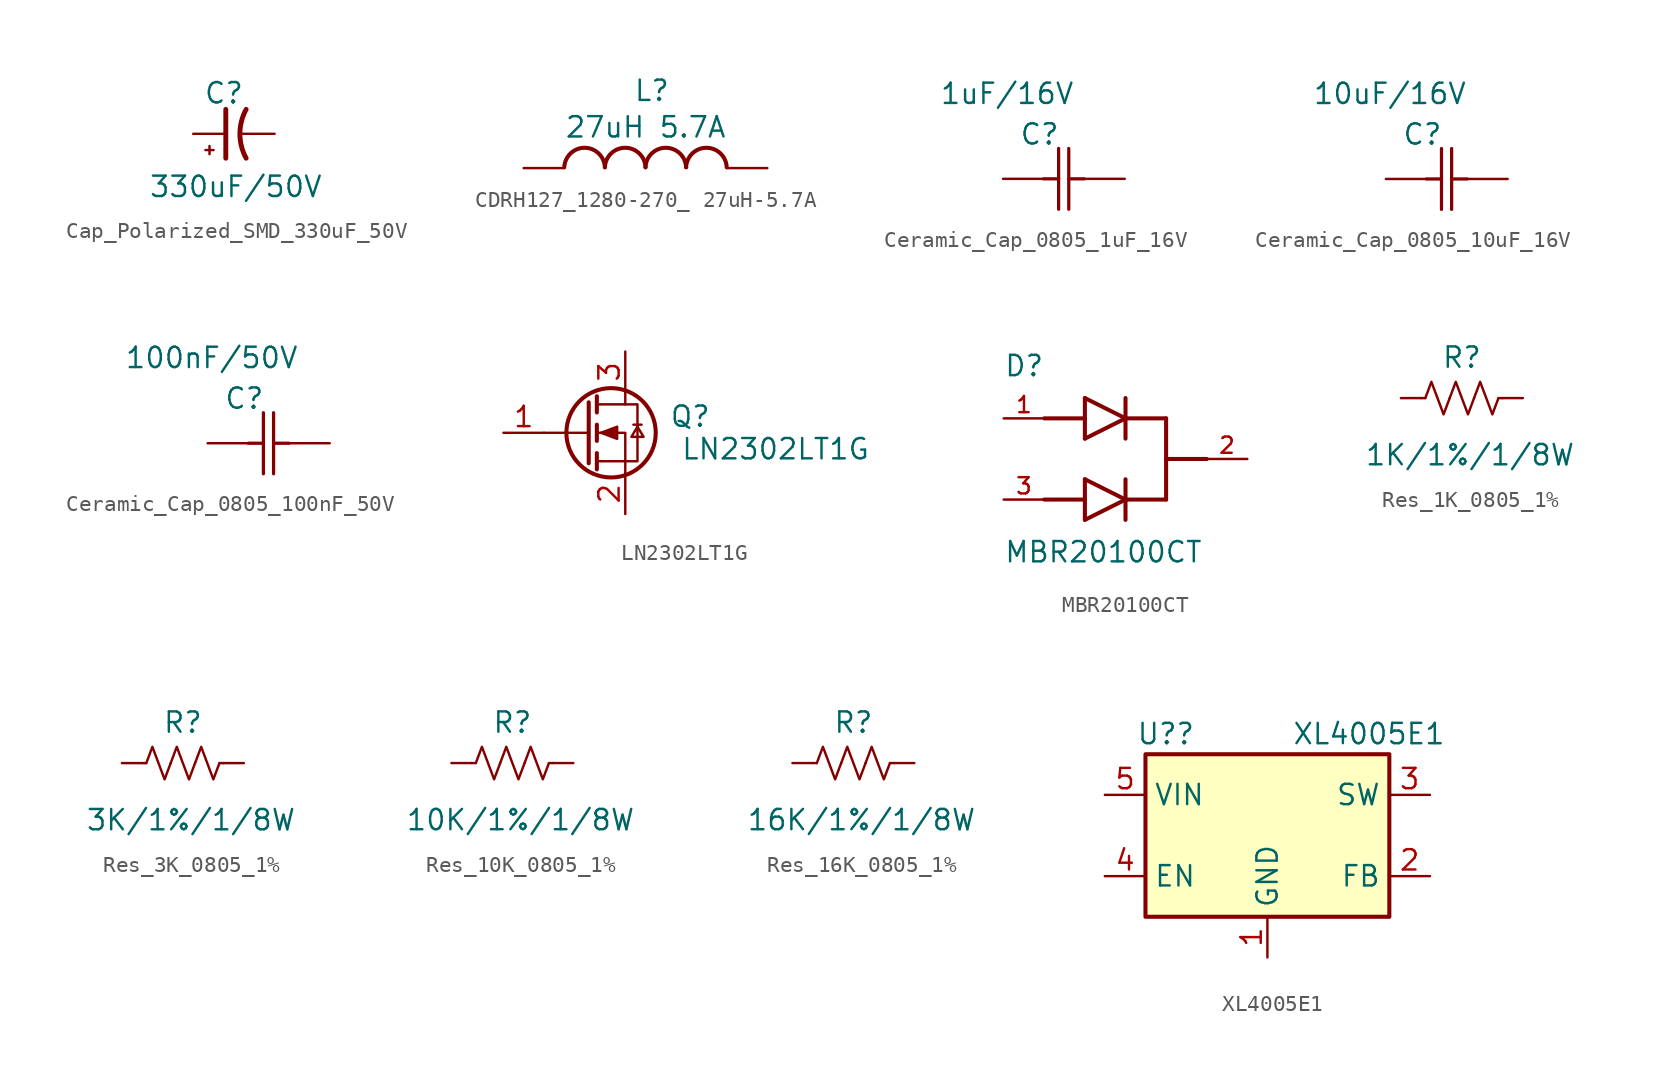
<source format=kicad_sym>
(kicad_symbol_lib
  (version 20241209)
  (generator "kicad_symbol_editor")
  (generator_version "9.0")
  (symbol "Cap_Polarized_SMD_330uF_50V"
    (pin_numbers
      (hide yes))
    (pin_names
      (offset 0.254))
    (property "Reference" "C"
      (at -1.905 2.54 0)
      (effects (font (size 1.27 1.27)) (justify left)))
    (property "Value" "330uF/50V"
      (at -5.334 -3.302 0)
      (effects (font (size 1.27 1.27)) (justify left)))
    (symbol "Cap_Polarized_SMD_330uF_50V_0_1"
      (polyline (pts (xy -1.524 -1.27) (xy -1.524 -0.762)) (stroke (width 0) (type default)) (fill (type none)))
      (polyline (pts (xy -1.27 -1.016) (xy -1.778 -1.016)) (stroke (width 0) (type default)) (fill (type none)))
      (polyline (pts (xy -0.508 -1.524) (xy -0.508 1.524)) (stroke (width 0.305) (type default)) (fill (type none)))
      (arc (start 0.762 -1.524) (mid 0.3734 0) (end 0.762 1.524) (stroke (width 0.3048) (type default)) (fill (type none))))
    (symbol "Cap_Polarized_SMD_330uF_50V_1_1"
      (pin passive line (at -2.54 0 0) (length 2.032) (name "~" (effects (font (size 1.27 1.27)))) (number "1" (effects (font (size 1.27 1.27)))))
      (pin passive line (at 2.54 0 180) (length 2.032) (name "~" (effects (font (size 1.27 1.27)))) (number "2" (effects (font (size 1.27 1.27)))))))
  (symbol "CDRH127_1280-270_ 27uH-5.7A"
    (pin_numbers
      (hide yes))
    (pin_names
      (hide yes))
    (property "Reference" "L"
      (at -0.762 5.588 0)
      (effects (font (size 1.27 1.27)) (justify left top)))
    (property "Value" "27uH 5.7A"
      (at -5.08 3.302 0)
      (effects (font (size 1.27 1.27)) (justify left top)))
    (symbol "CDRH127_1280-270_ 27uH-5.7A_1_1"
      (arc (start -5.08 0.0521) (mid -3.81 1.2711) (end -2.54 0.0521) (stroke (width 0.254) (type default)) (fill (type none)))
      (arc (start -2.54 0.0521) (mid -1.27 1.2711) (end 0 0.0521) (stroke (width 0.254) (type default)) (fill (type none)))
      (arc (start 0 0.0521) (mid 1.27 1.2711) (end 2.54 0.0521) (stroke (width 0.254) (type default)) (fill (type none)))
      (arc (start 2.54 0.0521) (mid 3.81 1.2711) (end 5.08 0.0521) (stroke (width 0.254) (type default)) (fill (type none)))
      (pin passive line (at -7.62 0 0) (length 2.54) (name "1" (effects (font (size 1.27 1.27)))) (number "1" (effects (font (size 1.27 1.27)))))
      (pin passive line (at 7.62 0 180) (length 2.54) (name "2" (effects (font (size 1.27 1.27)))) (number "2" (effects (font (size 1.27 1.27)))))))
  (symbol "Ceramic_Cap_0805_1uF_16V"
    (pin_numbers
      (hide yes))
    (pin_names
      (hide yes))
    (property "Reference" "C"
      (at -1.524 2.794 0)
      (effects (font (size 1.27 1.27))))
    (property "Value" "1uF/16V"
      (at -3.556 5.334 0)
      (effects (font (size 1.27 1.27))))
    (symbol "Ceramic_Cap_0805_1uF_16V_1_1"
      (polyline (pts (xy -1.27 0) (xy -0.33 0)) (stroke (width 0.203) (type default)) (fill (type none)))
      (polyline (pts (xy -0.33 -1.905) (xy -0.33 1.905)) (stroke (width 0.203) (type default)) (fill (type none)))
      (polyline (pts (xy 0.305 0) (xy 1.27 0)) (stroke (width 0.203) (type default)) (fill (type none)))
      (polyline (pts (xy 0.305 -1.905) (xy 0.305 1.905)) (stroke (width 0.203) (type default)) (fill (type none)))
      (pin unspecified line (at -3.81 0 0) (length 2.54) (name "" (effects (font (size 1.27 1.27)))) (number "1" (effects (font (size 1.27 1.27)))))
      (pin unspecified line (at 3.81 0 180) (length 2.54) (name "" (effects (font (size 1.27 1.27)))) (number "2" (effects (font (size 1.27 1.27)))))))
  (symbol "Ceramic_Cap_0805_10uF_16V"
    (pin_numbers
      (hide yes))
    (pin_names
      (hide yes))
    (property "Reference" "C"
      (at -1.524 2.794 0)
      (effects (font (size 1.27 1.27))))
    (property "Value" "10uF/16V"
      (at -3.556 5.334 0)
      (effects (font (size 1.27 1.27))))
    (symbol "Ceramic_Cap_0805_10uF_16V_1_1"
      (polyline (pts (xy -1.27 0) (xy -0.33 0)) (stroke (width 0.203) (type default)) (fill (type none)))
      (polyline (pts (xy -0.33 -1.905) (xy -0.33 1.905)) (stroke (width 0.203) (type default)) (fill (type none)))
      (polyline (pts (xy 0.305 0) (xy 1.27 0)) (stroke (width 0.203) (type default)) (fill (type none)))
      (polyline (pts (xy 0.305 -1.905) (xy 0.305 1.905)) (stroke (width 0.203) (type default)) (fill (type none)))
      (pin unspecified line (at -3.81 0 0) (length 2.54) (name "" (effects (font (size 1.27 1.27)))) (number "1" (effects (font (size 1.27 1.27)))))
      (pin unspecified line (at 3.81 0 180) (length 2.54) (name "" (effects (font (size 1.27 1.27)))) (number "2" (effects (font (size 1.27 1.27)))))))
  (symbol "Ceramic_Cap_0805_100nF_50V"
    (pin_numbers
      (hide yes))
    (pin_names
      (hide yes))
    (property "Reference" "C"
      (at -1.524 2.794 0)
      (effects (font (size 1.27 1.27))))
    (property "Value" "100nF/50V"
      (at -3.556 5.334 0)
      (effects (font (size 1.27 1.27))))
    (symbol "Ceramic_Cap_0805_100nF_50V_1_1"
      (polyline (pts (xy -1.27 0) (xy -0.33 0)) (stroke (width 0.203) (type default)) (fill (type none)))
      (polyline (pts (xy -0.33 -1.905) (xy -0.33 1.905)) (stroke (width 0.203) (type default)) (fill (type none)))
      (polyline (pts (xy 0.305 0) (xy 1.27 0)) (stroke (width 0.203) (type default)) (fill (type none)))
      (polyline (pts (xy 0.305 -1.905) (xy 0.305 1.905)) (stroke (width 0.203) (type default)) (fill (type none)))
      (pin unspecified line (at -3.81 0 0) (length 2.54) (name "" (effects (font (size 1.27 1.27)))) (number "1" (effects (font (size 1.27 1.27)))))
      (pin unspecified line (at 3.81 0 180) (length 2.54) (name "" (effects (font (size 1.27 1.27)))) (number "2" (effects (font (size 1.27 1.27)))))))
  (symbol "LN2302LT1G"
    (pin_names
      (hide yes))
    (property "Reference" "Q"
      (at 4.064 1.016 0)
      (effects (font (size 1.27 1.27))))
    (property "Value" "LN2302LT1G"
      (at 9.398 -1.016 0)
      (effects (font (size 1.27 1.27))))
    (symbol "LN2302LT1G_0_1"
      (polyline (pts (xy -2.286 1.905) (xy -2.286 -1.905)) (stroke (width 0.254) (type default)) (fill (type none)))
      (polyline (pts (xy -2.286 0) (xy -5.08 0)) (stroke (width 0) (type default)) (fill (type none)))
      (polyline (pts (xy -1.778 2.286) (xy -1.778 1.27)) (stroke (width 0.254) (type default)) (fill (type none)))
      (polyline (pts (xy -1.778 0.508) (xy -1.778 -0.508)) (stroke (width 0.254) (type default)) (fill (type none)))
      (polyline (pts (xy -1.778 -1.27) (xy -1.778 -2.286)) (stroke (width 0.254) (type default)) (fill (type none)))
      (polyline (pts (xy -1.778 -1.778) (xy 0.762 -1.778) (xy 0.762 1.778) (xy -1.778 1.778)) (stroke (width 0) (type default)) (fill (type none)))
      (polyline (pts (xy -1.524 0) (xy -0.508 0.381) (xy -0.508 -0.381) (xy -1.524 0)) (stroke (width 0) (type default)) (fill (type outline)))
      (circle (center -0.889 0) (radius 2.794) (stroke (width 0.254) (type default)) (fill (type none)))
      (polyline (pts (xy 0 2.54) (xy 0 1.778)) (stroke (width 0) (type default)) (fill (type none)))
      (polyline (pts (xy 0 -2.54) (xy 0 0) (xy -1.778 0)) (stroke (width 0) (type default)) (fill (type none)))
      (polyline (pts (xy 0.762 0.381) (xy 0.381 -0.254) (xy 1.143 -0.254) (xy 0.762 0.381)) (stroke (width 0) (type default)) (fill (type none)))
      (polyline (pts (xy 1.016 0.508) (xy 0.508 0.508)) (stroke (width 0) (type default)) (fill (type none))))
    (symbol "LN2302LT1G_1_1"
      (pin input line (at -7.62 0 0) (length 2.54) (name "G" (effects (font (size 1.27 1.27)))) (number "1" (effects (font (size 1.27 1.27)))))
      (pin passive line (at 0 5.08 270) (length 2.54) (name "D" (effects (font (size 1.27 1.27)))) (number "3" (effects (font (size 1.27 1.27)))))
      (pin passive line (at 0 -5.08 90) (length 2.54) (name "S" (effects (font (size 1.27 1.27)))) (number "2" (effects (font (size 1.27 1.27)))))))
  (symbol "MBR20100CT"
    (pin_names
      (offset 1.016))
    (property "Reference" "D"
      (at -7.62 5.08 0)
      (effects (font (size 1.27 1.27)) (justify left bottom)))
    (property "Value" "MBR20100CT"
      (at -7.62 -5.08 0)
      (effects (font (size 1.27 1.27)) (justify left top)))
    (symbol "MBR20100CT_0_0"
      (polyline (pts (xy -5.08 2.54) (xy -2.54 2.54)) (stroke (width 0.254) (type default)) (fill (type none)))
      (polyline (pts (xy -5.08 -2.54) (xy -2.54 -2.54)) (stroke (width 0.254) (type default)) (fill (type none)))
      (polyline (pts (xy -2.54 3.81) (xy -2.54 2.54)) (stroke (width 0.254) (type default)) (fill (type none)))
      (polyline (pts (xy -2.54 2.54) (xy -2.54 1.27)) (stroke (width 0.254) (type default)) (fill (type none)))
      (polyline (pts (xy -2.54 1.27) (xy 0 2.54)) (stroke (width 0.254) (type default)) (fill (type none)))
      (polyline (pts (xy -2.54 -1.27) (xy -2.54 -2.54)) (stroke (width 0.254) (type default)) (fill (type none)))
      (polyline (pts (xy -2.54 -2.54) (xy -2.54 -3.81)) (stroke (width 0.254) (type default)) (fill (type none)))
      (polyline (pts (xy -2.54 -3.81) (xy 0 -2.54)) (stroke (width 0.254) (type default)) (fill (type none)))
      (polyline (pts (xy 0 3.81) (xy 0 2.54)) (stroke (width 0.254) (type default)) (fill (type none)))
      (polyline (pts (xy 0 2.54) (xy -2.54 3.81)) (stroke (width 0.254) (type default)) (fill (type none)))
      (polyline (pts (xy 0 2.54) (xy 0 1.27)) (stroke (width 0.254) (type default)) (fill (type none)))
      (polyline (pts (xy 0 -1.27) (xy 0 -2.54)) (stroke (width 0.254) (type default)) (fill (type none)))
      (polyline (pts (xy 0 -2.54) (xy -2.54 -1.27)) (stroke (width 0.254) (type default)) (fill (type none)))
      (polyline (pts (xy 0 -2.54) (xy 0 -3.81)) (stroke (width 0.254) (type default)) (fill (type none)))
      (polyline (pts (xy 2.54 2.54) (xy 0 2.54)) (stroke (width 0.254) (type default)) (fill (type none)))
      (polyline (pts (xy 2.54 2.54) (xy 2.54 0)) (stroke (width 0.254) (type default)) (fill (type none)))
      (polyline (pts (xy 2.54 0) (xy 2.54 -2.54)) (stroke (width 0.254) (type default)) (fill (type none)))
      (polyline (pts (xy 2.54 0) (xy 5.08 0)) (stroke (width 0.254) (type default)) (fill (type none)))
      (polyline (pts (xy 2.54 -2.54) (xy 0 -2.54)) (stroke (width 0.254) (type default)) (fill (type none)))
      (pin passive line (at -7.62 2.54 0) (length 2.54) (name "~" (effects (font (size 1.016 1.016)))) (number "1" (effects (font (size 1.016 1.016)))))
      (pin passive line (at -7.62 -2.54 0) (length 2.54) (name "~" (effects (font (size 1.016 1.016)))) (number "3" (effects (font (size 1.016 1.016)))))
      (pin passive line (at 7.62 0 180) (length 2.54) (name "~" (effects (font (size 1.016 1.016)))) (number "2" (effects (font (size 1.016 1.016)))))))
  (symbol "Res_1K_0805_1%"
    (pin_numbers
      (hide yes))
    (pin_names
      (hide yes))
    (property "Reference" "R"
      (at 0 2.54 0)
      (effects (font (size 1.27 1.27))))
    (property "Value" "1K/1%/1/8W"
      (at 0.508 -3.556 0)
      (effects (font (size 1.27 1.27))))
    (symbol "Res_1K_0805_1%_0_1"
      (polyline (pts (xy -2.286 0) (xy -2.54 0)) (stroke (width 0) (type default)) (fill (type none)))
      (polyline (pts (xy -2.286 0) (xy -1.905 1.016) (xy -1.524 0) (xy -1.143 -1.016) (xy -0.762 0)) (stroke (width 0) (type default)) (fill (type none)))
      (polyline (pts (xy 0.762 0) (xy 1.143 1.016) (xy 1.524 0) (xy 1.905 -1.016) (xy 2.286 0)) (stroke (width 0) (type default)) (fill (type none)))
      (polyline (pts (xy 2.286 0) (xy 2.54 0)) (stroke (width 0) (type default)) (fill (type none))))
    (symbol "Res_1K_0805_1%_1_1"
      (polyline (pts (xy -0.762 0) (xy -0.381 1.016) (xy 0 0) (xy 0.381 -1.016) (xy 0.762 0)) (stroke (width 0) (type default)) (fill (type none)))
      (pin passive line (at -3.81 0 0) (length 1.27) (name "~" (effects (font (size 1.27 1.27)))) (number "1" (effects (font (size 1.27 1.27)))))
      (pin passive line (at 3.81 0 180) (length 1.27) (name "~" (effects (font (size 1.27 1.27)))) (number "2" (effects (font (size 1.27 1.27)))))))
  (symbol "Res_3K_0805_1%"
    (pin_numbers
      (hide yes))
    (pin_names
      (hide yes))
    (property "Reference" "R"
      (at 0 2.54 0)
      (effects (font (size 1.27 1.27))))
    (property "Value" "3K/1%/1/8W"
      (at 0.508 -3.556 0)
      (effects (font (size 1.27 1.27))))
    (symbol "Res_3K_0805_1%_0_1"
      (polyline (pts (xy -2.286 0) (xy -2.54 0)) (stroke (width 0) (type default)) (fill (type none)))
      (polyline (pts (xy -2.286 0) (xy -1.905 1.016) (xy -1.524 0) (xy -1.143 -1.016) (xy -0.762 0)) (stroke (width 0) (type default)) (fill (type none)))
      (polyline (pts (xy 0.762 0) (xy 1.143 1.016) (xy 1.524 0) (xy 1.905 -1.016) (xy 2.286 0)) (stroke (width 0) (type default)) (fill (type none)))
      (polyline (pts (xy 2.286 0) (xy 2.54 0)) (stroke (width 0) (type default)) (fill (type none))))
    (symbol "Res_3K_0805_1%_1_1"
      (polyline (pts (xy -0.762 0) (xy -0.381 1.016) (xy 0 0) (xy 0.381 -1.016) (xy 0.762 0)) (stroke (width 0) (type default)) (fill (type none)))
      (pin passive line (at -3.81 0 0) (length 1.27) (name "~" (effects (font (size 1.27 1.27)))) (number "1" (effects (font (size 1.27 1.27)))))
      (pin passive line (at 3.81 0 180) (length 1.27) (name "~" (effects (font (size 1.27 1.27)))) (number "2" (effects (font (size 1.27 1.27)))))))
  (symbol "Res_10K_0805_1%"
    (pin_numbers
      (hide yes))
    (pin_names
      (hide yes))
    (property "Reference" "R"
      (at 0 2.54 0)
      (effects (font (size 1.27 1.27))))
    (property "Value" "10K/1%/1/8W"
      (at 0.508 -3.556 0)
      (effects (font (size 1.27 1.27))))
    (symbol "Res_10K_0805_1%_0_1"
      (polyline (pts (xy -2.286 0) (xy -2.54 0)) (stroke (width 0) (type default)) (fill (type none)))
      (polyline (pts (xy -2.286 0) (xy -1.905 1.016) (xy -1.524 0) (xy -1.143 -1.016) (xy -0.762 0)) (stroke (width 0) (type default)) (fill (type none)))
      (polyline (pts (xy 0.762 0) (xy 1.143 1.016) (xy 1.524 0) (xy 1.905 -1.016) (xy 2.286 0)) (stroke (width 0) (type default)) (fill (type none)))
      (polyline (pts (xy 2.286 0) (xy 2.54 0)) (stroke (width 0) (type default)) (fill (type none))))
    (symbol "Res_10K_0805_1%_1_1"
      (polyline (pts (xy -0.762 0) (xy -0.381 1.016) (xy 0 0) (xy 0.381 -1.016) (xy 0.762 0)) (stroke (width 0) (type default)) (fill (type none)))
      (pin passive line (at -3.81 0 0) (length 1.27) (name "~" (effects (font (size 1.27 1.27)))) (number "1" (effects (font (size 1.27 1.27)))))
      (pin passive line (at 3.81 0 180) (length 1.27) (name "~" (effects (font (size 1.27 1.27)))) (number "2" (effects (font (size 1.27 1.27)))))))
  (symbol "Res_16K_0805_1%"
    (pin_numbers
      (hide yes))
    (pin_names
      (hide yes))
    (property "Reference" "R"
      (at 0 2.54 0)
      (effects (font (size 1.27 1.27))))
    (property "Value" "16K/1%/1/8W"
      (at 0.508 -3.556 0)
      (effects (font (size 1.27 1.27))))
    (symbol "Res_16K_0805_1%_0_1"
      (polyline (pts (xy -2.286 0) (xy -2.54 0)) (stroke (width 0) (type default)) (fill (type none)))
      (polyline (pts (xy -2.286 0) (xy -1.905 1.016) (xy -1.524 0) (xy -1.143 -1.016) (xy -0.762 0)) (stroke (width 0) (type default)) (fill (type none)))
      (polyline (pts (xy 0.762 0) (xy 1.143 1.016) (xy 1.524 0) (xy 1.905 -1.016) (xy 2.286 0)) (stroke (width 0) (type default)) (fill (type none)))
      (polyline (pts (xy 2.286 0) (xy 2.54 0)) (stroke (width 0) (type default)) (fill (type none))))
    (symbol "Res_16K_0805_1%_1_1"
      (polyline (pts (xy -0.762 0) (xy -0.381 1.016) (xy 0 0) (xy 0.381 -1.016) (xy 0.762 0)) (stroke (width 0) (type default)) (fill (type none)))
      (pin passive line (at -3.81 0 0) (length 1.27) (name "~" (effects (font (size 1.27 1.27)))) (number "1" (effects (font (size 1.27 1.27)))))
      (pin passive line (at 3.81 0 180) (length 1.27) (name "~" (effects (font (size 1.27 1.27)))) (number "2" (effects (font (size 1.27 1.27)))))))
  (symbol "XL4005E1"
    (property "Reference" "U?"
      (at -6.35 6.35 0)
      (effects (font (size 1.27 1.27))))
    (property "Value" "XL4005E1"
      (at 6.35 6.35 0)
      (effects (font (size 1.27 1.27))))
    (symbol "XL4005E1_0_1"
      (rectangle (start -7.62 5.08) (end 7.62 -5.08) (stroke (width 0.254) (type default)) (fill (type background))))
    (symbol "XL4005E1_1_1"
      (pin power_in line (at -10.16 2.54 0) (length 2.54) (name "VIN" (effects (font (size 1.27 1.27)))) (number "5" (effects (font (size 1.27 1.27)))))
      (pin input line (at -10.16 -2.54 0) (length 2.54) (name "EN" (effects (font (size 1.27 1.27)))) (number "4" (effects (font (size 1.27 1.27)))))
      (pin power_in line (at 0 -7.62 90) (length 2.54) (name "GND" (effects (font (size 1.27 1.27)))) (number "1" (effects (font (size 1.27 1.27)))))
      (pin power_out line (at 10.16 2.54 180) (length 2.54) (name "SW" (effects (font (size 1.27 1.27)))) (number "3" (effects (font (size 1.27 1.27)))))
      (pin input line (at 10.16 -2.54 180) (length 2.54) (name "FB" (effects (font (size 1.27 1.27)))) (number "2" (effects (font (size 1.27 1.27))))))))
</source>
